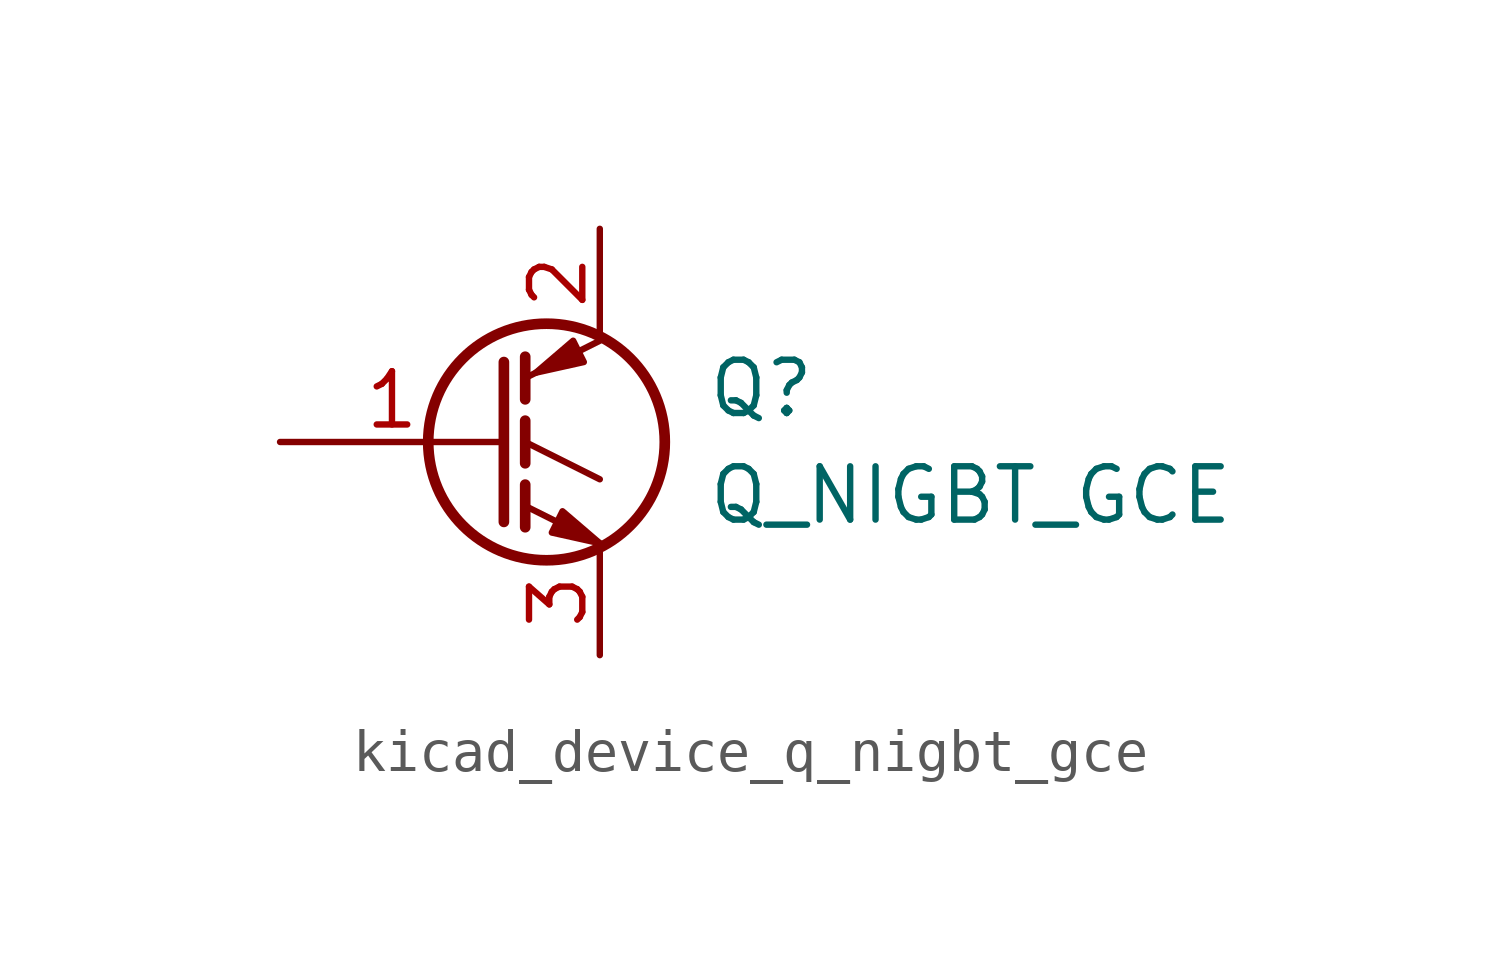
<source format=kicad_sym>
(kicad_symbol_lib
  (version 20220914)
  (generator kicad_symbol_editor)
  (symbol "kicad_device_q_nigbt_gce"
    (pin_names
      (offset 0) hide)
    (property "Reference" "Q"
      (at 5.08 1.27 0)
      (effects (font (size 1.27 1.27)) (justify left)))
    (property "Value" "Q_NIGBT_GCE"
      (at 5.08 -1.27 0)
      (effects (font (size 1.27 1.27)) (justify left)))
    (symbol "kicad_device_q_nigbt_gce_0_1"
      (polyline (pts (xy 0.762 -1.016) (xy 0.762 -2.032)) (stroke (width 0.254) (type default)) (fill (type none)))
      (polyline (pts (xy 0.762 0.508) (xy 0.762 -0.508)) (stroke (width 0.254) (type default)) (fill (type none)))
      (polyline (pts (xy 0.762 2.032) (xy 0.762 1.016)) (stroke (width 0.254) (type default)) (fill (type none)))
      (polyline (pts (xy 2.54 -2.413) (xy 0.762 -1.524)) (stroke (width 0) (type default)) (fill (type none)))
      (polyline (pts (xy 2.54 -0.889) (xy 0.762 0)) (stroke (width 0) (type default)) (fill (type none)))
      (polyline (pts (xy 2.54 2.413) (xy 0.762 1.524)) (stroke (width 0) (type default)) (fill (type none)))
      (polyline (pts (xy 0.254 1.905) (xy 0.254 -1.905) (xy 0.254 -1.905)) (stroke (width 0.254) (type default)) (fill (type none)))
      (polyline (pts (xy 1.397 -2.159) (xy 1.651 -1.651) (xy 2.54 -2.413) (xy 1.397 -2.159)) (stroke (width 0) (type default)) (fill (type outline)))
      (polyline (pts (xy 2.159 1.905) (xy 1.905 2.413) (xy 1.016 1.651) (xy 2.159 1.905)) (stroke (width 0) (type default)) (fill (type outline)))
      (circle (center 1.27 0) (radius 2.819) (stroke (width 0.254) (type default)) (fill (type none))))
    (symbol "kicad_device_q_nigbt_gce_1_1"
      (pin input line (at -5.08 0 0) (length 5.334) (name "G" (effects (font (size 1.27 1.27)))) (number "1" (effects (font (size 1.27 1.27)))))
      (pin passive line (at 2.54 5.08 270) (length 2.54) (name "C" (effects (font (size 1.27 1.27)))) (number "2" (effects (font (size 1.27 1.27)))))
      (pin passive line (at 2.54 -5.08 90) (length 2.54) (name "E" (effects (font (size 1.27 1.27)))) (number "3" (effects (font (size 1.27 1.27))))))))
</source>
